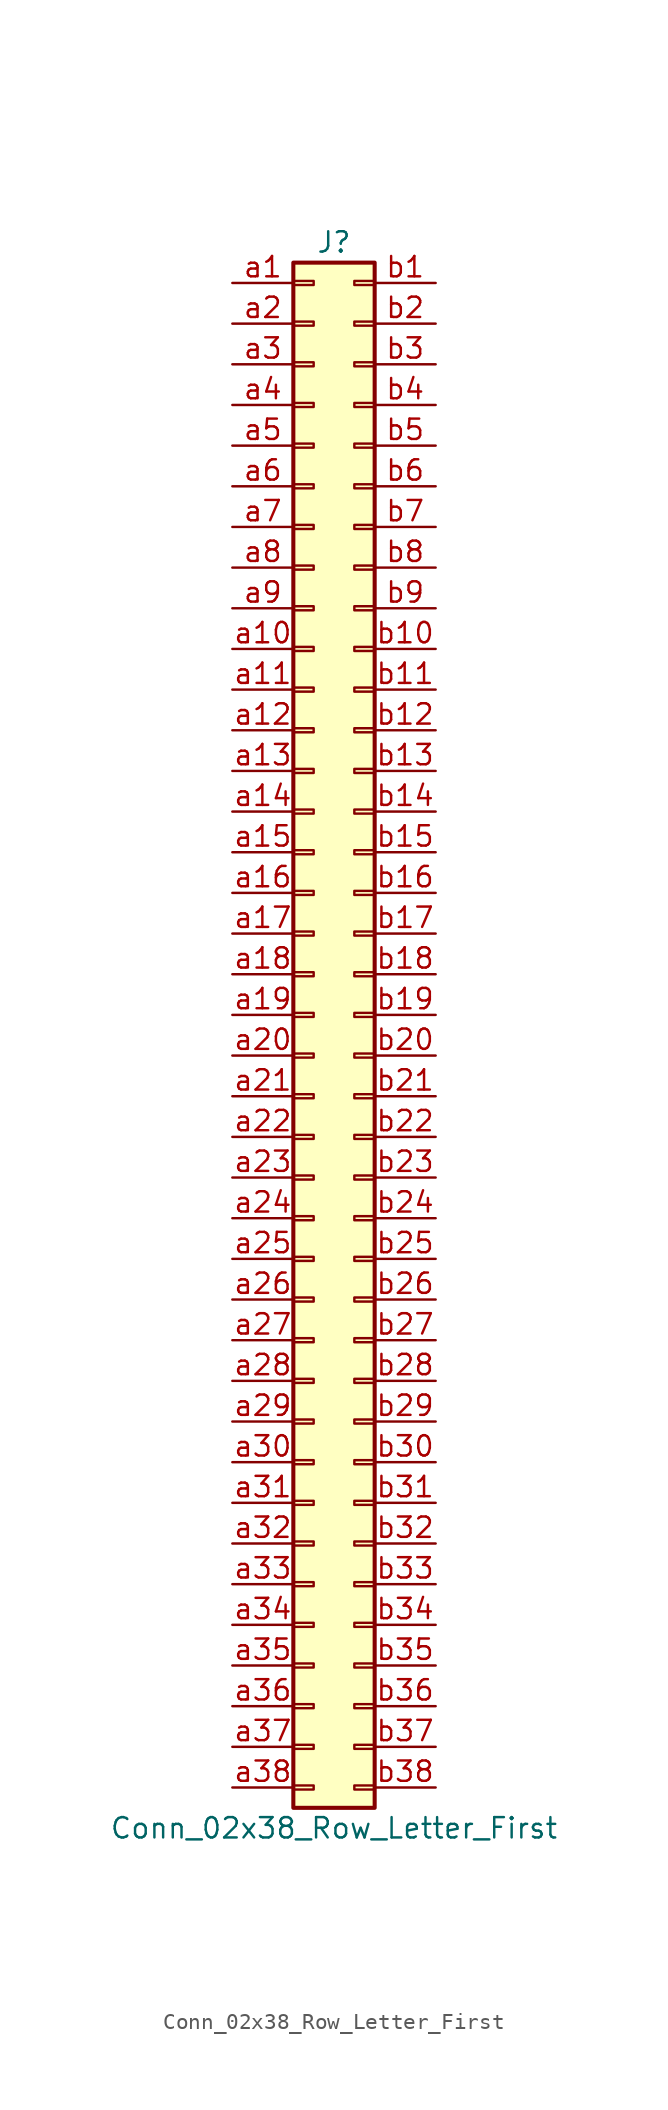
<source format=kicad_sym>
(kicad_symbol_lib
  (version 20201005)
  (generator kicad_symbol_editor)
  (symbol "Connector_Generic:Conn_02x38_Row_Letter_First"
    (pin_names
      (offset 1.016) hide)
    (property "Reference" "J"
      (at 1.27 48.26 0)
      (effects (font (size 1.27 1.27))))
    (property "Value" "Conn_02x38_Row_Letter_First"
      (at 1.27 -50.8 0)
      (effects (font (size 1.27 1.27))))
    (symbol "Conn_02x38_Row_Letter_First_1_1"
      (rectangle (start -1.27 -27.813) (end 0 -28.067) (stroke (width 0.152)) (fill (type none)))
      (rectangle (start -1.27 -30.353) (end 0 -30.607) (stroke (width 0.152)) (fill (type none)))
      (rectangle (start -1.27 -32.893) (end 0 -33.147) (stroke (width 0.152)) (fill (type none)))
      (rectangle (start -1.27 -35.433) (end 0 -35.687) (stroke (width 0.152)) (fill (type none)))
      (rectangle (start -1.27 -37.973) (end 0 -38.227) (stroke (width 0.152)) (fill (type none)))
      (rectangle (start -1.27 -40.513) (end 0 -40.767) (stroke (width 0.152)) (fill (type none)))
      (rectangle (start -1.27 -43.053) (end 0 -43.307) (stroke (width 0.152)) (fill (type none)))
      (rectangle (start -1.27 -45.593) (end 0 -45.847) (stroke (width 0.152)) (fill (type none)))
      (rectangle (start -1.27 -48.133) (end 0 -48.387) (stroke (width 0.152)) (fill (type none)))
      (rectangle (start -1.27 -4.953) (end 0 -5.207) (stroke (width 0.152)) (fill (type none)))
      (rectangle (start -1.27 -7.493) (end 0 -7.747) (stroke (width 0.152)) (fill (type none)))
      (rectangle (start -1.27 -10.033) (end 0 -10.287) (stroke (width 0.152)) (fill (type none)))
      (rectangle (start -1.27 -12.573) (end 0 -12.827) (stroke (width 0.152)) (fill (type none)))
      (rectangle (start -1.27 -15.113) (end 0 -15.367) (stroke (width 0.152)) (fill (type none)))
      (rectangle (start -1.27 -17.653) (end 0 -17.907) (stroke (width 0.152)) (fill (type none)))
      (rectangle (start -1.27 -20.193) (end 0 -20.447) (stroke (width 0.152)) (fill (type none)))
      (rectangle (start -1.27 -22.733) (end 0 -22.987) (stroke (width 0.152)) (fill (type none)))
      (rectangle (start -1.27 -2.413) (end 0 -2.667) (stroke (width 0.152)) (fill (type none)))
      (rectangle (start -1.27 -25.273) (end 0 -25.527) (stroke (width 0.152)) (fill (type none)))
      (rectangle (start -1.27 25.527) (end 0 25.273) (stroke (width 0.152)) (fill (type none)))
      (rectangle (start -1.27 2.667) (end 0 2.413) (stroke (width 0.152)) (fill (type none)))
      (rectangle (start -1.27 28.067) (end 0 27.813) (stroke (width 0.152)) (fill (type none)))
      (rectangle (start -1.27 30.607) (end 0 30.353) (stroke (width 0.152)) (fill (type none)))
      (rectangle (start -1.27 33.147) (end 0 32.893) (stroke (width 0.152)) (fill (type none)))
      (rectangle (start -1.27 35.687) (end 0 35.433) (stroke (width 0.152)) (fill (type none)))
      (rectangle (start -1.27 38.227) (end 0 37.973) (stroke (width 0.152)) (fill (type none)))
      (rectangle (start -1.27 40.767) (end 0 40.513) (stroke (width 0.152)) (fill (type none)))
      (rectangle (start -1.27 43.307) (end 0 43.053) (stroke (width 0.152)) (fill (type none)))
      (rectangle (start -1.27 45.847) (end 0 45.593) (stroke (width 0.152)) (fill (type none)))
      (rectangle (start -1.27 46.99) (end 3.81 -49.53) (stroke (width 0.254)) (fill (type background)))
      (rectangle (start -1.27 5.207) (end 0 4.953) (stroke (width 0.152)) (fill (type none)))
      (rectangle (start -1.27 7.747) (end 0 7.493) (stroke (width 0.152)) (fill (type none)))
      (rectangle (start -1.27 10.287) (end 0 10.033) (stroke (width 0.152)) (fill (type none)))
      (rectangle (start -1.27 0.127) (end 0 -0.127) (stroke (width 0.152)) (fill (type none)))
      (rectangle (start -1.27 12.827) (end 0 12.573) (stroke (width 0.152)) (fill (type none)))
      (rectangle (start -1.27 15.367) (end 0 15.113) (stroke (width 0.152)) (fill (type none)))
      (rectangle (start -1.27 17.907) (end 0 17.653) (stroke (width 0.152)) (fill (type none)))
      (rectangle (start -1.27 20.447) (end 0 20.193) (stroke (width 0.152)) (fill (type none)))
      (rectangle (start -1.27 22.987) (end 0 22.733) (stroke (width 0.152)) (fill (type none)))
      (rectangle (start 3.81 -27.813) (end 2.54 -28.067) (stroke (width 0.152)) (fill (type none)))
      (rectangle (start 3.81 -30.353) (end 2.54 -30.607) (stroke (width 0.152)) (fill (type none)))
      (rectangle (start 3.81 -32.893) (end 2.54 -33.147) (stroke (width 0.152)) (fill (type none)))
      (rectangle (start 3.81 -35.433) (end 2.54 -35.687) (stroke (width 0.152)) (fill (type none)))
      (rectangle (start 3.81 -37.973) (end 2.54 -38.227) (stroke (width 0.152)) (fill (type none)))
      (rectangle (start 3.81 -40.513) (end 2.54 -40.767) (stroke (width 0.152)) (fill (type none)))
      (rectangle (start 3.81 -43.053) (end 2.54 -43.307) (stroke (width 0.152)) (fill (type none)))
      (rectangle (start 3.81 -45.593) (end 2.54 -45.847) (stroke (width 0.152)) (fill (type none)))
      (rectangle (start 3.81 -48.133) (end 2.54 -48.387) (stroke (width 0.152)) (fill (type none)))
      (rectangle (start 3.81 -4.953) (end 2.54 -5.207) (stroke (width 0.152)) (fill (type none)))
      (rectangle (start 3.81 -7.493) (end 2.54 -7.747) (stroke (width 0.152)) (fill (type none)))
      (rectangle (start 3.81 -10.033) (end 2.54 -10.287) (stroke (width 0.152)) (fill (type none)))
      (rectangle (start 3.81 -12.573) (end 2.54 -12.827) (stroke (width 0.152)) (fill (type none)))
      (rectangle (start 3.81 -15.113) (end 2.54 -15.367) (stroke (width 0.152)) (fill (type none)))
      (rectangle (start 3.81 -17.653) (end 2.54 -17.907) (stroke (width 0.152)) (fill (type none)))
      (rectangle (start 3.81 -20.193) (end 2.54 -20.447) (stroke (width 0.152)) (fill (type none)))
      (rectangle (start 3.81 -22.733) (end 2.54 -22.987) (stroke (width 0.152)) (fill (type none)))
      (rectangle (start 3.81 -2.413) (end 2.54 -2.667) (stroke (width 0.152)) (fill (type none)))
      (rectangle (start 3.81 -25.273) (end 2.54 -25.527) (stroke (width 0.152)) (fill (type none)))
      (rectangle (start 3.81 25.527) (end 2.54 25.273) (stroke (width 0.152)) (fill (type none)))
      (rectangle (start 3.81 2.667) (end 2.54 2.413) (stroke (width 0.152)) (fill (type none)))
      (rectangle (start 3.81 28.067) (end 2.54 27.813) (stroke (width 0.152)) (fill (type none)))
      (rectangle (start 3.81 30.607) (end 2.54 30.353) (stroke (width 0.152)) (fill (type none)))
      (rectangle (start 3.81 33.147) (end 2.54 32.893) (stroke (width 0.152)) (fill (type none)))
      (rectangle (start 3.81 35.687) (end 2.54 35.433) (stroke (width 0.152)) (fill (type none)))
      (rectangle (start 3.81 38.227) (end 2.54 37.973) (stroke (width 0.152)) (fill (type none)))
      (rectangle (start 3.81 40.767) (end 2.54 40.513) (stroke (width 0.152)) (fill (type none)))
      (rectangle (start 3.81 43.307) (end 2.54 43.053) (stroke (width 0.152)) (fill (type none)))
      (rectangle (start 3.81 45.847) (end 2.54 45.593) (stroke (width 0.152)) (fill (type none)))
      (rectangle (start 3.81 5.207) (end 2.54 4.953) (stroke (width 0.152)) (fill (type none)))
      (rectangle (start 3.81 7.747) (end 2.54 7.493) (stroke (width 0.152)) (fill (type none)))
      (rectangle (start 3.81 10.287) (end 2.54 10.033) (stroke (width 0.152)) (fill (type none)))
      (rectangle (start 3.81 0.127) (end 2.54 -0.127) (stroke (width 0.152)) (fill (type none)))
      (rectangle (start 3.81 12.827) (end 2.54 12.573) (stroke (width 0.152)) (fill (type none)))
      (rectangle (start 3.81 15.367) (end 2.54 15.113) (stroke (width 0.152)) (fill (type none)))
      (rectangle (start 3.81 17.907) (end 2.54 17.653) (stroke (width 0.152)) (fill (type none)))
      (rectangle (start 3.81 20.447) (end 2.54 20.193) (stroke (width 0.152)) (fill (type none)))
      (rectangle (start 3.81 22.987) (end 2.54 22.733) (stroke (width 0.152)) (fill (type none)))
      (pin passive line (at -5.08 45.72 0) (length 3.81) (name "Pin_a1" (effects (font (size 1.27 1.27)))) (number "a1" (effects (font (size 1.27 1.27)))))
      (pin passive line (at -5.08 22.86 0) (length 3.81) (name "Pin_a10" (effects (font (size 1.27 1.27)))) (number "a10" (effects (font (size 1.27 1.27)))))
      (pin passive line (at -5.08 20.32 0) (length 3.81) (name "Pin_a11" (effects (font (size 1.27 1.27)))) (number "a11" (effects (font (size 1.27 1.27)))))
      (pin passive line (at -5.08 17.78 0) (length 3.81) (name "Pin_a12" (effects (font (size 1.27 1.27)))) (number "a12" (effects (font (size 1.27 1.27)))))
      (pin passive line (at -5.08 15.24 0) (length 3.81) (name "Pin_a13" (effects (font (size 1.27 1.27)))) (number "a13" (effects (font (size 1.27 1.27)))))
      (pin passive line (at -5.08 12.7 0) (length 3.81) (name "Pin_a14" (effects (font (size 1.27 1.27)))) (number "a14" (effects (font (size 1.27 1.27)))))
      (pin passive line (at -5.08 10.16 0) (length 3.81) (name "Pin_a15" (effects (font (size 1.27 1.27)))) (number "a15" (effects (font (size 1.27 1.27)))))
      (pin passive line (at -5.08 7.62 0) (length 3.81) (name "Pin_a16" (effects (font (size 1.27 1.27)))) (number "a16" (effects (font (size 1.27 1.27)))))
      (pin passive line (at -5.08 5.08 0) (length 3.81) (name "Pin_a17" (effects (font (size 1.27 1.27)))) (number "a17" (effects (font (size 1.27 1.27)))))
      (pin passive line (at -5.08 2.54 0) (length 3.81) (name "Pin_a18" (effects (font (size 1.27 1.27)))) (number "a18" (effects (font (size 1.27 1.27)))))
      (pin passive line (at -5.08 0 0) (length 3.81) (name "Pin_a19" (effects (font (size 1.27 1.27)))) (number "a19" (effects (font (size 1.27 1.27)))))
      (pin passive line (at -5.08 43.18 0) (length 3.81) (name "Pin_a2" (effects (font (size 1.27 1.27)))) (number "a2" (effects (font (size 1.27 1.27)))))
      (pin passive line (at -5.08 -2.54 0) (length 3.81) (name "Pin_a20" (effects (font (size 1.27 1.27)))) (number "a20" (effects (font (size 1.27 1.27)))))
      (pin passive line (at -5.08 -5.08 0) (length 3.81) (name "Pin_a21" (effects (font (size 1.27 1.27)))) (number "a21" (effects (font (size 1.27 1.27)))))
      (pin passive line (at -5.08 -7.62 0) (length 3.81) (name "Pin_a22" (effects (font (size 1.27 1.27)))) (number "a22" (effects (font (size 1.27 1.27)))))
      (pin passive line (at -5.08 -10.16 0) (length 3.81) (name "Pin_a23" (effects (font (size 1.27 1.27)))) (number "a23" (effects (font (size 1.27 1.27)))))
      (pin passive line (at -5.08 -12.7 0) (length 3.81) (name "Pin_a24" (effects (font (size 1.27 1.27)))) (number "a24" (effects (font (size 1.27 1.27)))))
      (pin passive line (at -5.08 -15.24 0) (length 3.81) (name "Pin_a25" (effects (font (size 1.27 1.27)))) (number "a25" (effects (font (size 1.27 1.27)))))
      (pin passive line (at -5.08 -17.78 0) (length 3.81) (name "Pin_a26" (effects (font (size 1.27 1.27)))) (number "a26" (effects (font (size 1.27 1.27)))))
      (pin passive line (at -5.08 -20.32 0) (length 3.81) (name "Pin_a27" (effects (font (size 1.27 1.27)))) (number "a27" (effects (font (size 1.27 1.27)))))
      (pin passive line (at -5.08 -22.86 0) (length 3.81) (name "Pin_a28" (effects (font (size 1.27 1.27)))) (number "a28" (effects (font (size 1.27 1.27)))))
      (pin passive line (at -5.08 -25.4 0) (length 3.81) (name "Pin_a29" (effects (font (size 1.27 1.27)))) (number "a29" (effects (font (size 1.27 1.27)))))
      (pin passive line (at -5.08 40.64 0) (length 3.81) (name "Pin_a3" (effects (font (size 1.27 1.27)))) (number "a3" (effects (font (size 1.27 1.27)))))
      (pin passive line (at -5.08 -27.94 0) (length 3.81) (name "Pin_a30" (effects (font (size 1.27 1.27)))) (number "a30" (effects (font (size 1.27 1.27)))))
      (pin passive line (at -5.08 -30.48 0) (length 3.81) (name "Pin_a31" (effects (font (size 1.27 1.27)))) (number "a31" (effects (font (size 1.27 1.27)))))
      (pin passive line (at -5.08 -33.02 0) (length 3.81) (name "Pin_a32" (effects (font (size 1.27 1.27)))) (number "a32" (effects (font (size 1.27 1.27)))))
      (pin passive line (at -5.08 -35.56 0) (length 3.81) (name "Pin_a33" (effects (font (size 1.27 1.27)))) (number "a33" (effects (font (size 1.27 1.27)))))
      (pin passive line (at -5.08 -38.1 0) (length 3.81) (name "Pin_a34" (effects (font (size 1.27 1.27)))) (number "a34" (effects (font (size 1.27 1.27)))))
      (pin passive line (at -5.08 -40.64 0) (length 3.81) (name "Pin_a35" (effects (font (size 1.27 1.27)))) (number "a35" (effects (font (size 1.27 1.27)))))
      (pin passive line (at -5.08 -43.18 0) (length 3.81) (name "Pin_a36" (effects (font (size 1.27 1.27)))) (number "a36" (effects (font (size 1.27 1.27)))))
      (pin passive line (at -5.08 -45.72 0) (length 3.81) (name "Pin_a37" (effects (font (size 1.27 1.27)))) (number "a37" (effects (font (size 1.27 1.27)))))
      (pin passive line (at -5.08 -48.26 0) (length 3.81) (name "Pin_a38" (effects (font (size 1.27 1.27)))) (number "a38" (effects (font (size 1.27 1.27)))))
      (pin passive line (at -5.08 38.1 0) (length 3.81) (name "Pin_a4" (effects (font (size 1.27 1.27)))) (number "a4" (effects (font (size 1.27 1.27)))))
      (pin passive line (at -5.08 35.56 0) (length 3.81) (name "Pin_a5" (effects (font (size 1.27 1.27)))) (number "a5" (effects (font (size 1.27 1.27)))))
      (pin passive line (at -5.08 33.02 0) (length 3.81) (name "Pin_a6" (effects (font (size 1.27 1.27)))) (number "a6" (effects (font (size 1.27 1.27)))))
      (pin passive line (at -5.08 30.48 0) (length 3.81) (name "Pin_a7" (effects (font (size 1.27 1.27)))) (number "a7" (effects (font (size 1.27 1.27)))))
      (pin passive line (at -5.08 27.94 0) (length 3.81) (name "Pin_a8" (effects (font (size 1.27 1.27)))) (number "a8" (effects (font (size 1.27 1.27)))))
      (pin passive line (at -5.08 25.4 0) (length 3.81) (name "Pin_a9" (effects (font (size 1.27 1.27)))) (number "a9" (effects (font (size 1.27 1.27)))))
      (pin passive line (at 7.62 45.72 180) (length 3.81) (name "Pin_b1" (effects (font (size 1.27 1.27)))) (number "b1" (effects (font (size 1.27 1.27)))))
      (pin passive line (at 7.62 22.86 180) (length 3.81) (name "Pin_b10" (effects (font (size 1.27 1.27)))) (number "b10" (effects (font (size 1.27 1.27)))))
      (pin passive line (at 7.62 20.32 180) (length 3.81) (name "Pin_b11" (effects (font (size 1.27 1.27)))) (number "b11" (effects (font (size 1.27 1.27)))))
      (pin passive line (at 7.62 17.78 180) (length 3.81) (name "Pin_b12" (effects (font (size 1.27 1.27)))) (number "b12" (effects (font (size 1.27 1.27)))))
      (pin passive line (at 7.62 15.24 180) (length 3.81) (name "Pin_b13" (effects (font (size 1.27 1.27)))) (number "b13" (effects (font (size 1.27 1.27)))))
      (pin passive line (at 7.62 12.7 180) (length 3.81) (name "Pin_b14" (effects (font (size 1.27 1.27)))) (number "b14" (effects (font (size 1.27 1.27)))))
      (pin passive line (at 7.62 10.16 180) (length 3.81) (name "Pin_b15" (effects (font (size 1.27 1.27)))) (number "b15" (effects (font (size 1.27 1.27)))))
      (pin passive line (at 7.62 7.62 180) (length 3.81) (name "Pin_b16" (effects (font (size 1.27 1.27)))) (number "b16" (effects (font (size 1.27 1.27)))))
      (pin passive line (at 7.62 5.08 180) (length 3.81) (name "Pin_b17" (effects (font (size 1.27 1.27)))) (number "b17" (effects (font (size 1.27 1.27)))))
      (pin passive line (at 7.62 2.54 180) (length 3.81) (name "Pin_b18" (effects (font (size 1.27 1.27)))) (number "b18" (effects (font (size 1.27 1.27)))))
      (pin passive line (at 7.62 0 180) (length 3.81) (name "Pin_b19" (effects (font (size 1.27 1.27)))) (number "b19" (effects (font (size 1.27 1.27)))))
      (pin passive line (at 7.62 43.18 180) (length 3.81) (name "Pin_b2" (effects (font (size 1.27 1.27)))) (number "b2" (effects (font (size 1.27 1.27)))))
      (pin passive line (at 7.62 -2.54 180) (length 3.81) (name "Pin_b20" (effects (font (size 1.27 1.27)))) (number "b20" (effects (font (size 1.27 1.27)))))
      (pin passive line (at 7.62 -5.08 180) (length 3.81) (name "Pin_b21" (effects (font (size 1.27 1.27)))) (number "b21" (effects (font (size 1.27 1.27)))))
      (pin passive line (at 7.62 -7.62 180) (length 3.81) (name "Pin_b22" (effects (font (size 1.27 1.27)))) (number "b22" (effects (font (size 1.27 1.27)))))
      (pin passive line (at 7.62 -10.16 180) (length 3.81) (name "Pin_b23" (effects (font (size 1.27 1.27)))) (number "b23" (effects (font (size 1.27 1.27)))))
      (pin passive line (at 7.62 -12.7 180) (length 3.81) (name "Pin_b24" (effects (font (size 1.27 1.27)))) (number "b24" (effects (font (size 1.27 1.27)))))
      (pin passive line (at 7.62 -15.24 180) (length 3.81) (name "Pin_b25" (effects (font (size 1.27 1.27)))) (number "b25" (effects (font (size 1.27 1.27)))))
      (pin passive line (at 7.62 -17.78 180) (length 3.81) (name "Pin_b26" (effects (font (size 1.27 1.27)))) (number "b26" (effects (font (size 1.27 1.27)))))
      (pin passive line (at 7.62 -20.32 180) (length 3.81) (name "Pin_b27" (effects (font (size 1.27 1.27)))) (number "b27" (effects (font (size 1.27 1.27)))))
      (pin passive line (at 7.62 -22.86 180) (length 3.81) (name "Pin_b28" (effects (font (size 1.27 1.27)))) (number "b28" (effects (font (size 1.27 1.27)))))
      (pin passive line (at 7.62 -25.4 180) (length 3.81) (name "Pin_b29" (effects (font (size 1.27 1.27)))) (number "b29" (effects (font (size 1.27 1.27)))))
      (pin passive line (at 7.62 40.64 180) (length 3.81) (name "Pin_b3" (effects (font (size 1.27 1.27)))) (number "b3" (effects (font (size 1.27 1.27)))))
      (pin passive line (at 7.62 -27.94 180) (length 3.81) (name "Pin_b30" (effects (font (size 1.27 1.27)))) (number "b30" (effects (font (size 1.27 1.27)))))
      (pin passive line (at 7.62 -30.48 180) (length 3.81) (name "Pin_b31" (effects (font (size 1.27 1.27)))) (number "b31" (effects (font (size 1.27 1.27)))))
      (pin passive line (at 7.62 -33.02 180) (length 3.81) (name "Pin_b32" (effects (font (size 1.27 1.27)))) (number "b32" (effects (font (size 1.27 1.27)))))
      (pin passive line (at 7.62 -35.56 180) (length 3.81) (name "Pin_b33" (effects (font (size 1.27 1.27)))) (number "b33" (effects (font (size 1.27 1.27)))))
      (pin passive line (at 7.62 -38.1 180) (length 3.81) (name "Pin_b34" (effects (font (size 1.27 1.27)))) (number "b34" (effects (font (size 1.27 1.27)))))
      (pin passive line (at 7.62 -40.64 180) (length 3.81) (name "Pin_b35" (effects (font (size 1.27 1.27)))) (number "b35" (effects (font (size 1.27 1.27)))))
      (pin passive line (at 7.62 -43.18 180) (length 3.81) (name "Pin_b36" (effects (font (size 1.27 1.27)))) (number "b36" (effects (font (size 1.27 1.27)))))
      (pin passive line (at 7.62 -45.72 180) (length 3.81) (name "Pin_b37" (effects (font (size 1.27 1.27)))) (number "b37" (effects (font (size 1.27 1.27)))))
      (pin passive line (at 7.62 -48.26 180) (length 3.81) (name "Pin_b38" (effects (font (size 1.27 1.27)))) (number "b38" (effects (font (size 1.27 1.27)))))
      (pin passive line (at 7.62 38.1 180) (length 3.81) (name "Pin_b4" (effects (font (size 1.27 1.27)))) (number "b4" (effects (font (size 1.27 1.27)))))
      (pin passive line (at 7.62 35.56 180) (length 3.81) (name "Pin_b5" (effects (font (size 1.27 1.27)))) (number "b5" (effects (font (size 1.27 1.27)))))
      (pin passive line (at 7.62 33.02 180) (length 3.81) (name "Pin_b6" (effects (font (size 1.27 1.27)))) (number "b6" (effects (font (size 1.27 1.27)))))
      (pin passive line (at 7.62 30.48 180) (length 3.81) (name "Pin_b7" (effects (font (size 1.27 1.27)))) (number "b7" (effects (font (size 1.27 1.27)))))
      (pin passive line (at 7.62 27.94 180) (length 3.81) (name "Pin_b8" (effects (font (size 1.27 1.27)))) (number "b8" (effects (font (size 1.27 1.27)))))
      (pin passive line (at 7.62 25.4 180) (length 3.81) (name "Pin_b9" (effects (font (size 1.27 1.27)))) (number "b9" (effects (font (size 1.27 1.27))))))))
</source>
